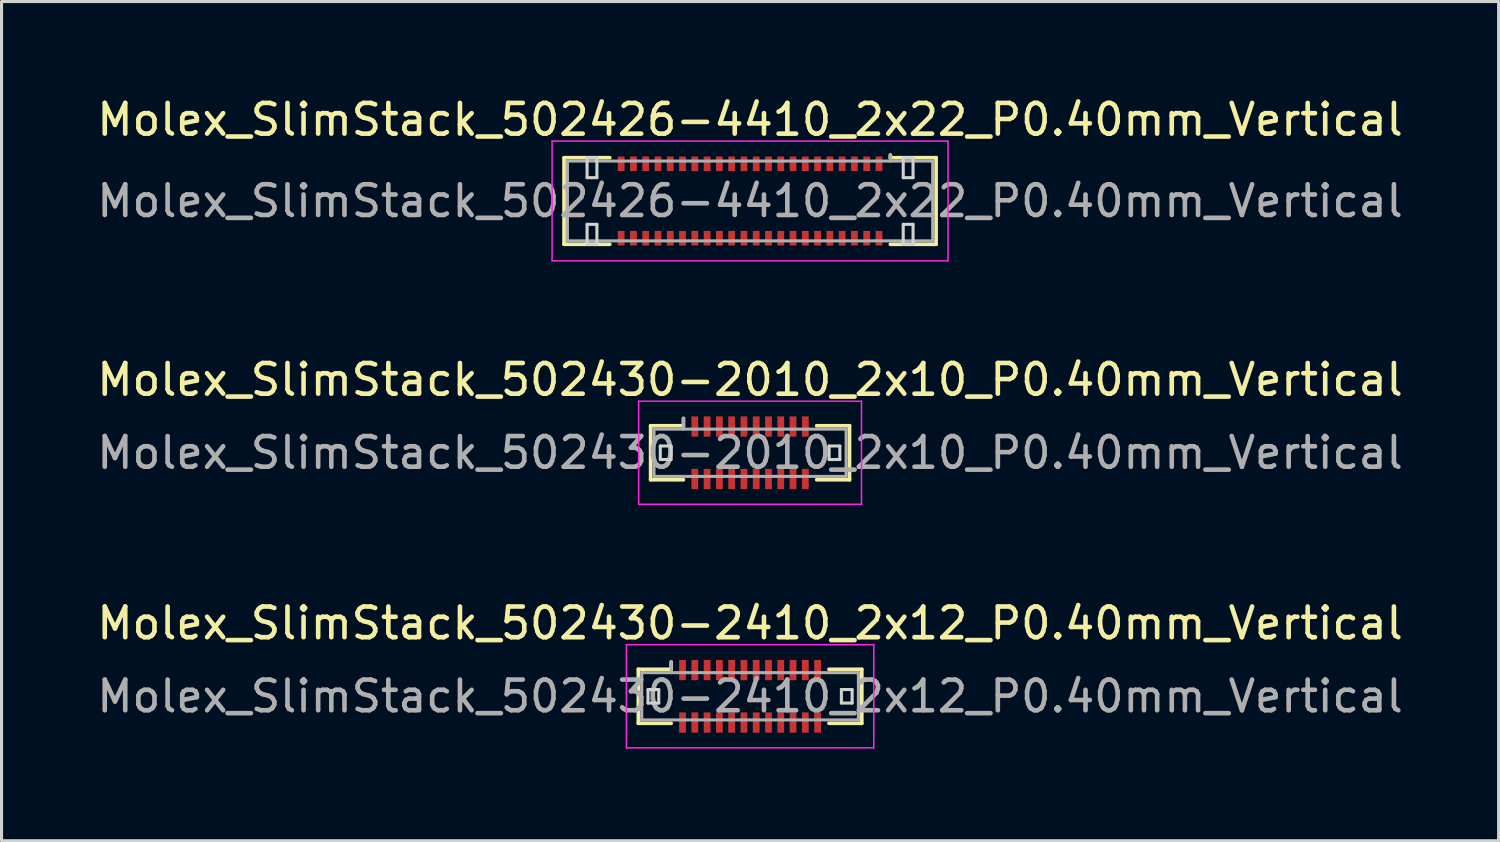
<source format=kicad_pcb>
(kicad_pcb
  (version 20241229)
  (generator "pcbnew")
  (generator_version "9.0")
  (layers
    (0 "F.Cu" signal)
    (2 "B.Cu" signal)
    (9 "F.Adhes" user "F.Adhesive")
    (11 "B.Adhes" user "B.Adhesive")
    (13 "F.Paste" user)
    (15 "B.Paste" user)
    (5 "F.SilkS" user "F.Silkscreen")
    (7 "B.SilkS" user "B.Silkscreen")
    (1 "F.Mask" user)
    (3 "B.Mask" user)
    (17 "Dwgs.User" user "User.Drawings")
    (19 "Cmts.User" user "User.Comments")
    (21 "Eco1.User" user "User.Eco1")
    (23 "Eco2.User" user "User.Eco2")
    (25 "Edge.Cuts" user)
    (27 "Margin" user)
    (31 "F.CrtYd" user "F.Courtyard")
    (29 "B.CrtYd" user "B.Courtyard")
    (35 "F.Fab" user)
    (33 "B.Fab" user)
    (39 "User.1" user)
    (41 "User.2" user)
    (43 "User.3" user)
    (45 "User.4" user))
  (footprint "Molex_SlimStack_502426-4410_2x22_P0.40mm_Vertical"
    (layer "F.Cu")
    (at 21.387 3.498)
    (property "Reference" "Molex_SlimStack_502426-4410_2x22_P0.40mm_Vertical" (at 0 -2.65 0) (layer "F.SilkS") (effects (font (size 1 1) (thickness 0.15))))
    (attr smd)
    (fp_line (start -6.06 -1.41) (end -4.57 -1.41) (stroke (width 0.12) (type solid)) (layer "F.SilkS"))
    (fp_line (start -6.06 1.41) (end -6.06 -1.41) (stroke (width 0.12) (type solid)) (layer "F.SilkS"))
    (fp_line (start -4.57 1.41) (end -6.06 1.41) (stroke (width 0.12) (type solid)) (layer "F.SilkS"))
    (fp_line (start 4.57 -1.41) (end 4.57 -1.5) (stroke (width 0.12) (type solid)) (layer "F.SilkS"))
    (fp_line (start 4.57 1.41) (end 6.06 1.41) (stroke (width 0.12) (type solid)) (layer "F.SilkS"))
    (fp_line (start 6.06 -1.41) (end 4.57 -1.41) (stroke (width 0.12) (type solid)) (layer "F.SilkS"))
    (fp_line (start 6.06 1.41) (end 6.06 -1.41) (stroke (width 0.12) (type solid)) (layer "F.SilkS"))
    (fp_line (start -5.31 -1.41) (end -5.31 -0.76) (stroke (width 0.1) (type solid)) (layer "Edge.Cuts"))
    (fp_line (start -5.31 -0.76) (end -4.99 -0.76) (stroke (width 0.1) (type solid)) (layer "Edge.Cuts"))
    (fp_line (start -5.31 0.76) (end -5.31 1.41) (stroke (width 0.1) (type solid)) (layer "Edge.Cuts"))
    (fp_line (start -5.31 1.41) (end -4.99 1.41) (stroke (width 0.1) (type solid)) (layer "Edge.Cuts"))
    (fp_line (start -4.99 -1.41) (end -5.31 -1.41) (stroke (width 0.1) (type solid)) (layer "Edge.Cuts"))
    (fp_line (start -4.99 -0.76) (end -4.99 -1.41) (stroke (width 0.1) (type solid)) (layer "Edge.Cuts"))
    (fp_line (start -4.99 0.76) (end -5.31 0.76) (stroke (width 0.1) (type solid)) (layer "Edge.Cuts"))
    (fp_line (start -4.99 1.41) (end -4.99 0.76) (stroke (width 0.1) (type solid)) (layer "Edge.Cuts"))
    (fp_line (start 4.99 -1.41) (end 4.99 -0.76) (stroke (width 0.1) (type solid)) (layer "Edge.Cuts"))
    (fp_line (start 4.99 -0.76) (end 5.31 -0.76) (stroke (width 0.1) (type solid)) (layer "Edge.Cuts"))
    (fp_line (start 4.99 0.76) (end 4.99 1.41) (stroke (width 0.1) (type solid)) (layer "Edge.Cuts"))
    (fp_line (start 4.99 1.41) (end 5.31 1.41) (stroke (width 0.1) (type solid)) (layer "Edge.Cuts"))
    (fp_line (start 5.31 -1.41) (end 4.99 -1.41) (stroke (width 0.1) (type solid)) (layer "Edge.Cuts"))
    (fp_line (start 5.31 -0.76) (end 5.31 -1.41) (stroke (width 0.1) (type solid)) (layer "Edge.Cuts"))
    (fp_line (start 5.31 0.76) (end 4.99 0.76) (stroke (width 0.1) (type solid)) (layer "Edge.Cuts"))
    (fp_line (start 5.31 1.41) (end 5.31 0.76) (stroke (width 0.1) (type solid)) (layer "Edge.Cuts"))
    (fp_line (start -6.45 -1.95) (end -6.45 1.95) (stroke (width 0.05) (type solid)) (layer "F.CrtYd"))
    (fp_line (start -6.45 1.95) (end 6.45 1.95) (stroke (width 0.05) (type solid)) (layer "F.CrtYd"))
    (fp_line (start 6.45 -1.95) (end -6.45 -1.95) (stroke (width 0.05) (type solid)) (layer "F.CrtYd"))
    (fp_line (start 6.45 1.95) (end 6.45 -1.95) (stroke (width 0.05) (type solid)) (layer "F.CrtYd"))
    (fp_line (start -5.95 -1.3) (end -5.95 1.3) (stroke (width 0.1) (type solid)) (layer "F.Fab"))
    (fp_line (start -5.95 1.3) (end 5.95 1.3) (stroke (width 0.1) (type solid)) (layer "F.Fab"))
    (fp_line (start 4.57 -1.3) (end 4.57 -1.5) (stroke (width 0.1) (type solid)) (layer "F.Fab"))
    (fp_line (start 5.95 -1.3) (end -5.95 -1.3) (stroke (width 0.1) (type solid)) (layer "F.Fab"))
    (fp_line (start 5.95 1.3) (end 5.95 -1.3) (stroke (width 0.1) (type solid)) (layer "F.Fab"))
    (fp_text user "${REFERENCE}" (at 0 0 0) (layer "F.Fab") (effects (font (size 1 1) (thickness 0.15))))
    (pad "1" smd rect (at 4.2 -1.212) (size 0.22 0.475) (layers "F.Cu" "F.Mask" "F.Paste"))
    (pad "2" smd rect (at 4.2 1.212) (size 0.22 0.475) (layers "F.Cu" "F.Mask" "F.Paste"))
    (pad "3" smd rect (at 3.8 -1.212) (size 0.22 0.475) (layers "F.Cu" "F.Mask" "F.Paste"))
    (pad "4" smd rect (at 3.8 1.212) (size 0.22 0.475) (layers "F.Cu" "F.Mask" "F.Paste"))
    (pad "5" smd rect (at 3.4 -1.212) (size 0.22 0.475) (layers "F.Cu" "F.Mask" "F.Paste"))
    (pad "6" smd rect (at 3.4 1.212) (size 0.22 0.475) (layers "F.Cu" "F.Mask" "F.Paste"))
    (pad "7" smd rect (at 3 -1.212) (size 0.22 0.475) (layers "F.Cu" "F.Mask" "F.Paste"))
    (pad "8" smd rect (at 3 1.212) (size 0.22 0.475) (layers "F.Cu" "F.Mask" "F.Paste"))
    (pad "9" smd rect (at 2.6 -1.212) (size 0.22 0.475) (layers "F.Cu" "F.Mask" "F.Paste"))
    (pad "10" smd rect (at 2.6 1.212) (size 0.22 0.475) (layers "F.Cu" "F.Mask" "F.Paste"))
    (pad "11" smd rect (at 2.2 -1.212) (size 0.22 0.475) (layers "F.Cu" "F.Mask" "F.Paste"))
    (pad "12" smd rect (at 2.2 1.212) (size 0.22 0.475) (layers "F.Cu" "F.Mask" "F.Paste"))
    (pad "13" smd rect (at 1.8 -1.212) (size 0.22 0.475) (layers "F.Cu" "F.Mask" "F.Paste"))
    (pad "14" smd rect (at 1.8 1.212) (size 0.22 0.475) (layers "F.Cu" "F.Mask" "F.Paste"))
    (pad "15" smd rect (at 1.4 -1.212) (size 0.22 0.475) (layers "F.Cu" "F.Mask" "F.Paste"))
    (pad "16" smd rect (at 1.4 1.212) (size 0.22 0.475) (layers "F.Cu" "F.Mask" "F.Paste"))
    (pad "17" smd rect (at 1 -1.212) (size 0.22 0.475) (layers "F.Cu" "F.Mask" "F.Paste"))
    (pad "18" smd rect (at 1 1.212) (size 0.22 0.475) (layers "F.Cu" "F.Mask" "F.Paste"))
    (pad "19" smd rect (at 0.6 -1.212) (size 0.22 0.475) (layers "F.Cu" "F.Mask" "F.Paste"))
    (pad "20" smd rect (at 0.6 1.212) (size 0.22 0.475) (layers "F.Cu" "F.Mask" "F.Paste"))
    (pad "21" smd rect (at 0.2 -1.212) (size 0.22 0.475) (layers "F.Cu" "F.Mask" "F.Paste"))
    (pad "22" smd rect (at 0.2 1.212) (size 0.22 0.475) (layers "F.Cu" "F.Mask" "F.Paste"))
    (pad "23" smd rect (at -0.2 -1.212) (size 0.22 0.475) (layers "F.Cu" "F.Mask" "F.Paste"))
    (pad "24" smd rect (at -0.2 1.212) (size 0.22 0.475) (layers "F.Cu" "F.Mask" "F.Paste"))
    (pad "25" smd rect (at -0.6 -1.212) (size 0.22 0.475) (layers "F.Cu" "F.Mask" "F.Paste"))
    (pad "26" smd rect (at -0.6 1.212) (size 0.22 0.475) (layers "F.Cu" "F.Mask" "F.Paste"))
    (pad "27" smd rect (at -1 -1.212) (size 0.22 0.475) (layers "F.Cu" "F.Mask" "F.Paste"))
    (pad "28" smd rect (at -1 1.212) (size 0.22 0.475) (layers "F.Cu" "F.Mask" "F.Paste"))
    (pad "29" smd rect (at -1.4 -1.212) (size 0.22 0.475) (layers "F.Cu" "F.Mask" "F.Paste"))
    (pad "30" smd rect (at -1.4 1.212) (size 0.22 0.475) (layers "F.Cu" "F.Mask" "F.Paste"))
    (pad "31" smd rect (at -1.8 -1.212) (size 0.22 0.475) (layers "F.Cu" "F.Mask" "F.Paste"))
    (pad "32" smd rect (at -1.8 1.212) (size 0.22 0.475) (layers "F.Cu" "F.Mask" "F.Paste"))
    (pad "33" smd rect (at -2.2 -1.212) (size 0.22 0.475) (layers "F.Cu" "F.Mask" "F.Paste"))
    (pad "34" smd rect (at -2.2 1.212) (size 0.22 0.475) (layers "F.Cu" "F.Mask" "F.Paste"))
    (pad "35" smd rect (at -2.6 -1.212) (size 0.22 0.475) (layers "F.Cu" "F.Mask" "F.Paste"))
    (pad "36" smd rect (at -2.6 1.212) (size 0.22 0.475) (layers "F.Cu" "F.Mask" "F.Paste"))
    (pad "37" smd rect (at -3 -1.212) (size 0.22 0.475) (layers "F.Cu" "F.Mask" "F.Paste"))
    (pad "38" smd rect (at -3 1.212) (size 0.22 0.475) (layers "F.Cu" "F.Mask" "F.Paste"))
    (pad "39" smd rect (at -3.4 -1.212) (size 0.22 0.475) (layers "F.Cu" "F.Mask" "F.Paste"))
    (pad "40" smd rect (at -3.4 1.212) (size 0.22 0.475) (layers "F.Cu" "F.Mask" "F.Paste"))
    (pad "41" smd rect (at -3.8 -1.212) (size 0.22 0.475) (layers "F.Cu" "F.Mask" "F.Paste"))
    (pad "42" smd rect (at -3.8 1.212) (size 0.22 0.475) (layers "F.Cu" "F.Mask" "F.Paste"))
    (pad "43" smd rect (at -4.2 -1.212) (size 0.22 0.475) (layers "F.Cu" "F.Mask" "F.Paste"))
    (pad "44" smd rect (at -4.2 1.212) (size 0.22 0.475) (layers "F.Cu" "F.Mask" "F.Paste")))
  (footprint "Molex_SlimStack_502430-2410_2x12_P0.40mm_Vertical"
    (layer "F.Cu")
    (at 21.387 19.635)
    (property "Reference" "Molex_SlimStack_502430-2410_2x12_P0.40mm_Vertical" (at 0 -2.38 0) (layer "F.SilkS") (effects (font (size 1 1) (thickness 0.15))))
    (attr smd)
    (fp_line (start -3.64 -0.88) (end -2.57 -0.88) (stroke (width 0.12) (type solid)) (layer "F.SilkS"))
    (fp_line (start -3.64 0.88) (end -3.64 -0.88) (stroke (width 0.12) (type solid)) (layer "F.SilkS"))
    (fp_line (start -2.57 -0.88) (end -2.57 -1.12) (stroke (width 0.12) (type solid)) (layer "F.SilkS"))
    (fp_line (start -2.57 0.88) (end -3.64 0.88) (stroke (width 0.12) (type solid)) (layer "F.SilkS"))
    (fp_line (start 2.57 0.88) (end 3.64 0.88) (stroke (width 0.12) (type solid)) (layer "F.SilkS"))
    (fp_line (start 3.64 -0.88) (end 2.57 -0.88) (stroke (width 0.12) (type solid)) (layer "F.SilkS"))
    (fp_line (start 3.64 0.88) (end 3.64 -0.88) (stroke (width 0.12) (type solid)) (layer "F.SilkS"))
    (fp_line (start -3.325 -0.22) (end -3.325 0.22) (stroke (width 0.1) (type solid)) (layer "Edge.Cuts"))
    (fp_line (start -3.325 0.22) (end -2.975 0.22) (stroke (width 0.1) (type solid)) (layer "Edge.Cuts"))
    (fp_line (start -2.975 -0.22) (end -3.325 -0.22) (stroke (width 0.1) (type solid)) (layer "Edge.Cuts"))
    (fp_line (start -2.975 0.22) (end -2.975 -0.22) (stroke (width 0.1) (type solid)) (layer "Edge.Cuts"))
    (fp_line (start 2.975 -0.22) (end 2.975 0.22) (stroke (width 0.1) (type solid)) (layer "Edge.Cuts"))
    (fp_line (start 2.975 0.22) (end 3.325 0.22) (stroke (width 0.1) (type solid)) (layer "Edge.Cuts"))
    (fp_line (start 3.325 -0.22) (end 2.975 -0.22) (stroke (width 0.1) (type solid)) (layer "Edge.Cuts"))
    (fp_line (start 3.325 0.22) (end 3.325 -0.22) (stroke (width 0.1) (type solid)) (layer "Edge.Cuts"))
    (fp_line (start -4.03 -1.68) (end -4.03 1.68) (stroke (width 0.05) (type solid)) (layer "F.CrtYd"))
    (fp_line (start -4.03 1.68) (end 4.03 1.68) (stroke (width 0.05) (type solid)) (layer "F.CrtYd"))
    (fp_line (start 4.03 -1.68) (end -4.03 -1.68) (stroke (width 0.05) (type solid)) (layer "F.CrtYd"))
    (fp_line (start 4.03 1.68) (end 4.03 -1.68) (stroke (width 0.05) (type solid)) (layer "F.CrtYd"))
    (fp_line (start -3.53 -0.77) (end -3.53 0.77) (stroke (width 0.1) (type solid)) (layer "F.Fab"))
    (fp_line (start -3.53 0.77) (end 3.53 0.77) (stroke (width 0.1) (type solid)) (layer "F.Fab"))
    (fp_line (start -2.57 -0.77) (end -2.57 -1.12) (stroke (width 0.1) (type solid)) (layer "F.Fab"))
    (fp_line (start 3.53 -0.77) (end -3.53 -0.77) (stroke (width 0.1) (type solid)) (layer "F.Fab"))
    (fp_line (start 3.53 0.77) (end 3.53 -0.77) (stroke (width 0.1) (type solid)) (layer "F.Fab"))
    (fp_text user "${REFERENCE}" (at 0 0 0) (layer "F.Fab") (effects (font (size 1 1) (thickness 0.15))))
    (pad "1" smd rect (at -2.2 -0.855) (size 0.22 0.66) (layers "F.Cu" "F.Mask" "F.Paste"))
    (pad "2" smd rect (at -2.2 0.855) (size 0.22 0.66) (layers "F.Cu" "F.Mask" "F.Paste"))
    (pad "3" smd rect (at -1.8 -0.855) (size 0.22 0.66) (layers "F.Cu" "F.Mask" "F.Paste"))
    (pad "4" smd rect (at -1.8 0.855) (size 0.22 0.66) (layers "F.Cu" "F.Mask" "F.Paste"))
    (pad "5" smd rect (at -1.4 -0.855) (size 0.22 0.66) (layers "F.Cu" "F.Mask" "F.Paste"))
    (pad "6" smd rect (at -1.4 0.855) (size 0.22 0.66) (layers "F.Cu" "F.Mask" "F.Paste"))
    (pad "7" smd rect (at -1 -0.855) (size 0.22 0.66) (layers "F.Cu" "F.Mask" "F.Paste"))
    (pad "8" smd rect (at -1 0.855) (size 0.22 0.66) (layers "F.Cu" "F.Mask" "F.Paste"))
    (pad "9" smd rect (at -0.6 -0.855) (size 0.22 0.66) (layers "F.Cu" "F.Mask" "F.Paste"))
    (pad "10" smd rect (at -0.6 0.855) (size 0.22 0.66) (layers "F.Cu" "F.Mask" "F.Paste"))
    (pad "11" smd rect (at -0.2 -0.855) (size 0.22 0.66) (layers "F.Cu" "F.Mask" "F.Paste"))
    (pad "12" smd rect (at -0.2 0.855) (size 0.22 0.66) (layers "F.Cu" "F.Mask" "F.Paste"))
    (pad "13" smd rect (at 0.2 -0.855) (size 0.22 0.66) (layers "F.Cu" "F.Mask" "F.Paste"))
    (pad "14" smd rect (at 0.2 0.855) (size 0.22 0.66) (layers "F.Cu" "F.Mask" "F.Paste"))
    (pad "15" smd rect (at 0.6 -0.855) (size 0.22 0.66) (layers "F.Cu" "F.Mask" "F.Paste"))
    (pad "16" smd rect (at 0.6 0.855) (size 0.22 0.66) (layers "F.Cu" "F.Mask" "F.Paste"))
    (pad "17" smd rect (at 1 -0.855) (size 0.22 0.66) (layers "F.Cu" "F.Mask" "F.Paste"))
    (pad "18" smd rect (at 1 0.855) (size 0.22 0.66) (layers "F.Cu" "F.Mask" "F.Paste"))
    (pad "19" smd rect (at 1.4 -0.855) (size 0.22 0.66) (layers "F.Cu" "F.Mask" "F.Paste"))
    (pad "20" smd rect (at 1.4 0.855) (size 0.22 0.66) (layers "F.Cu" "F.Mask" "F.Paste"))
    (pad "21" smd rect (at 1.8 -0.855) (size 0.22 0.66) (layers "F.Cu" "F.Mask" "F.Paste"))
    (pad "22" smd rect (at 1.8 0.855) (size 0.22 0.66) (layers "F.Cu" "F.Mask" "F.Paste"))
    (pad "23" smd rect (at 2.2 -0.855) (size 0.22 0.66) (layers "F.Cu" "F.Mask" "F.Paste"))
    (pad "24" smd rect (at 2.2 0.855) (size 0.22 0.66) (layers "F.Cu" "F.Mask" "F.Paste")))
  (footprint "Molex_SlimStack_502430-2010_2x10_P0.40mm_Vertical"
    (layer "F.Cu")
    (at 21.387 11.701)
    (property "Reference" "Molex_SlimStack_502430-2010_2x10_P0.40mm_Vertical" (at 0 -2.38 0) (layer "F.SilkS") (effects (font (size 1 1) (thickness 0.15))))
    (attr smd)
    (fp_line (start -3.24 -0.88) (end -2.17 -0.88) (stroke (width 0.12) (type solid)) (layer "F.SilkS"))
    (fp_line (start -3.24 0.88) (end -3.24 -0.88) (stroke (width 0.12) (type solid)) (layer "F.SilkS"))
    (fp_line (start -2.17 -0.88) (end -2.17 -1.12) (stroke (width 0.12) (type solid)) (layer "F.SilkS"))
    (fp_line (start -2.17 0.88) (end -3.24 0.88) (stroke (width 0.12) (type solid)) (layer "F.SilkS"))
    (fp_line (start 2.17 0.88) (end 3.24 0.88) (stroke (width 0.12) (type solid)) (layer "F.SilkS"))
    (fp_line (start 3.24 -0.88) (end 2.17 -0.88) (stroke (width 0.12) (type solid)) (layer "F.SilkS"))
    (fp_line (start 3.24 0.88) (end 3.24 -0.88) (stroke (width 0.12) (type solid)) (layer "F.SilkS"))
    (fp_line (start -2.925 -0.22) (end -2.925 0.22) (stroke (width 0.1) (type solid)) (layer "Edge.Cuts"))
    (fp_line (start -2.925 0.22) (end -2.575 0.22) (stroke (width 0.1) (type solid)) (layer "Edge.Cuts"))
    (fp_line (start -2.575 -0.22) (end -2.925 -0.22) (stroke (width 0.1) (type solid)) (layer "Edge.Cuts"))
    (fp_line (start -2.575 0.22) (end -2.575 -0.22) (stroke (width 0.1) (type solid)) (layer "Edge.Cuts"))
    (fp_line (start 2.575 -0.22) (end 2.575 0.22) (stroke (width 0.1) (type solid)) (layer "Edge.Cuts"))
    (fp_line (start 2.575 0.22) (end 2.925 0.22) (stroke (width 0.1) (type solid)) (layer "Edge.Cuts"))
    (fp_line (start 2.925 -0.22) (end 2.575 -0.22) (stroke (width 0.1) (type solid)) (layer "Edge.Cuts"))
    (fp_line (start 2.925 0.22) (end 2.925 -0.22) (stroke (width 0.1) (type solid)) (layer "Edge.Cuts"))
    (fp_line (start -3.63 -1.68) (end -3.63 1.68) (stroke (width 0.05) (type solid)) (layer "F.CrtYd"))
    (fp_line (start -3.63 1.68) (end 3.63 1.68) (stroke (width 0.05) (type solid)) (layer "F.CrtYd"))
    (fp_line (start 3.63 -1.68) (end -3.63 -1.68) (stroke (width 0.05) (type solid)) (layer "F.CrtYd"))
    (fp_line (start 3.63 1.68) (end 3.63 -1.68) (stroke (width 0.05) (type solid)) (layer "F.CrtYd"))
    (fp_line (start -3.13 -0.77) (end -3.13 0.77) (stroke (width 0.1) (type solid)) (layer "F.Fab"))
    (fp_line (start -3.13 0.77) (end 3.13 0.77) (stroke (width 0.1) (type solid)) (layer "F.Fab"))
    (fp_line (start -2.17 -0.77) (end -2.17 -1.12) (stroke (width 0.1) (type solid)) (layer "F.Fab"))
    (fp_line (start 3.13 -0.77) (end -3.13 -0.77) (stroke (width 0.1) (type solid)) (layer "F.Fab"))
    (fp_line (start 3.13 0.77) (end 3.13 -0.77) (stroke (width 0.1) (type solid)) (layer "F.Fab"))
    (fp_text user "${REFERENCE}" (at 0 0 0) (layer "F.Fab") (effects (font (size 1 1) (thickness 0.15))))
    (pad "1" smd rect (at -1.8 -0.855) (size 0.22 0.66) (layers "F.Cu" "F.Mask" "F.Paste"))
    (pad "2" smd rect (at -1.8 0.855) (size 0.22 0.66) (layers "F.Cu" "F.Mask" "F.Paste"))
    (pad "3" smd rect (at -1.4 -0.855) (size 0.22 0.66) (layers "F.Cu" "F.Mask" "F.Paste"))
    (pad "4" smd rect (at -1.4 0.855) (size 0.22 0.66) (layers "F.Cu" "F.Mask" "F.Paste"))
    (pad "5" smd rect (at -1 -0.855) (size 0.22 0.66) (layers "F.Cu" "F.Mask" "F.Paste"))
    (pad "6" smd rect (at -1 0.855) (size 0.22 0.66) (layers "F.Cu" "F.Mask" "F.Paste"))
    (pad "7" smd rect (at -0.6 -0.855) (size 0.22 0.66) (layers "F.Cu" "F.Mask" "F.Paste"))
    (pad "8" smd rect (at -0.6 0.855) (size 0.22 0.66) (layers "F.Cu" "F.Mask" "F.Paste"))
    (pad "9" smd rect (at -0.2 -0.855) (size 0.22 0.66) (layers "F.Cu" "F.Mask" "F.Paste"))
    (pad "10" smd rect (at -0.2 0.855) (size 0.22 0.66) (layers "F.Cu" "F.Mask" "F.Paste"))
    (pad "11" smd rect (at 0.2 -0.855) (size 0.22 0.66) (layers "F.Cu" "F.Mask" "F.Paste"))
    (pad "12" smd rect (at 0.2 0.855) (size 0.22 0.66) (layers "F.Cu" "F.Mask" "F.Paste"))
    (pad "13" smd rect (at 0.6 -0.855) (size 0.22 0.66) (layers "F.Cu" "F.Mask" "F.Paste"))
    (pad "14" smd rect (at 0.6 0.855) (size 0.22 0.66) (layers "F.Cu" "F.Mask" "F.Paste"))
    (pad "15" smd rect (at 1 -0.855) (size 0.22 0.66) (layers "F.Cu" "F.Mask" "F.Paste"))
    (pad "16" smd rect (at 1 0.855) (size 0.22 0.66) (layers "F.Cu" "F.Mask" "F.Paste"))
    (pad "17" smd rect (at 1.4 -0.855) (size 0.22 0.66) (layers "F.Cu" "F.Mask" "F.Paste"))
    (pad "18" smd rect (at 1.4 0.855) (size 0.22 0.66) (layers "F.Cu" "F.Mask" "F.Paste"))
    (pad "19" smd rect (at 1.8 -0.855) (size 0.22 0.66) (layers "F.Cu" "F.Mask" "F.Paste"))
    (pad "20" smd rect (at 1.8 0.855) (size 0.22 0.66) (layers "F.Cu" "F.Mask" "F.Paste")))
  (gr_rect
    (start -3 -3)
    (end 45.774 24.34)
    (stroke (width 0.1) (type default))
    (fill no)
    (layer "Edge.Cuts")))
</source>
